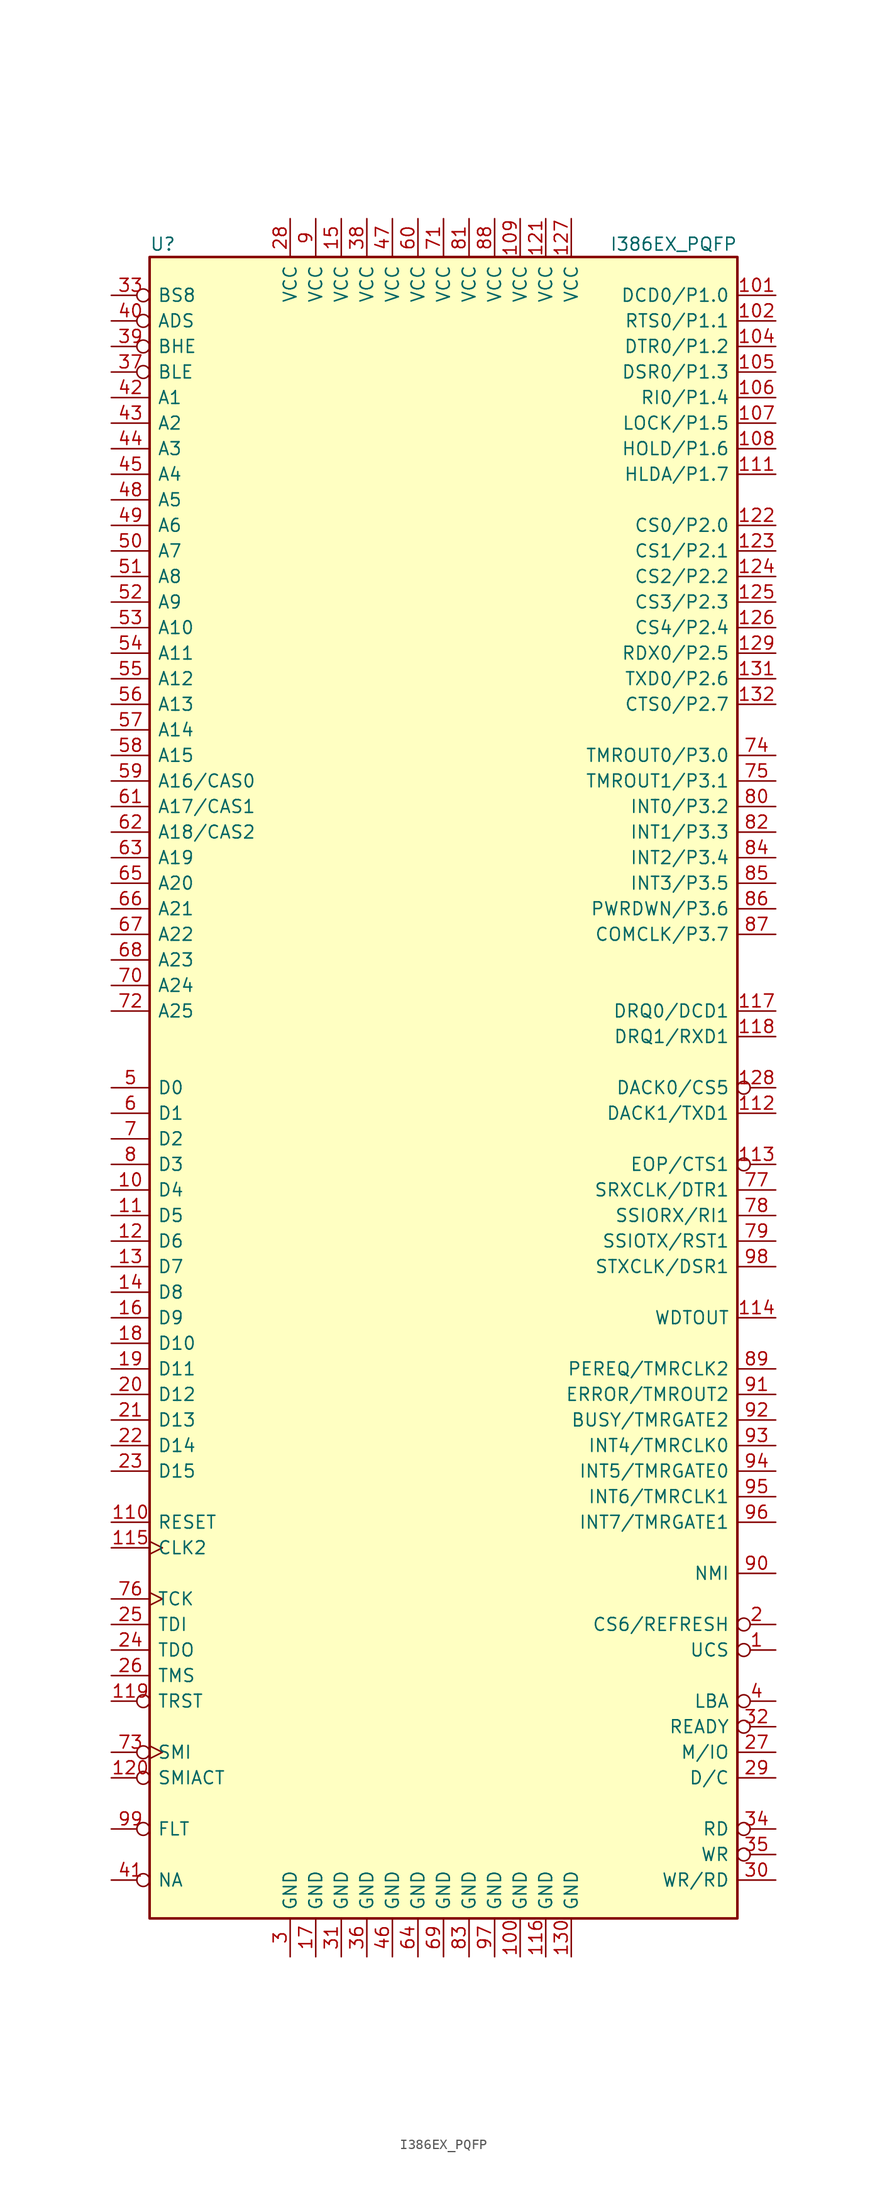
<source format=kicad_sym>
(kicad_symbol_lib
  (version 20201005)
  (generator kicad_symbol_editor)
  (symbol "MCU_Intel:I386EX_PQFP"
    (pin_names
      (offset 0.762))
    (property "Reference" "U"
      (at -29.21 83.82 0)
      (effects (font (size 1.27 1.27)) (justify left)))
    (property "Value" "I386EX_PQFP"
      (at 16.51 83.82 0)
      (effects (font (size 1.27 1.27)) (justify left)))
    (symbol "I386EX_PQFP_1_1"
      (rectangle (start -29.21 -82.55) (end 29.21 82.55) (stroke (width 0.254)) (fill (type background)))
      (pin output inverted (at 33.02 -55.88 180) (length 3.81) (name "UCS" (effects (font (size 1.27 1.27)))) (number "1" (effects (font (size 1.27 1.27)))))
      (pin tri_state line (at -33.02 -10.16 0) (length 3.81) (name "D4" (effects (font (size 1.27 1.27)))) (number "10" (effects (font (size 1.27 1.27)))))
      (pin power_in line (at 7.62 -86.36 90) (length 3.81) (name "GND" (effects (font (size 1.27 1.27)))) (number "100" (effects (font (size 1.27 1.27)))))
      (pin bidirectional line (at 33.02 78.74 180) (length 3.81) (name "DCD0/P1.0" (effects (font (size 1.27 1.27)))) (number "101" (effects (font (size 1.27 1.27)))))
      (pin bidirectional line (at 33.02 76.2 180) (length 3.81) (name "RTS0/P1.1" (effects (font (size 1.27 1.27)))) (number "102" (effects (font (size 1.27 1.27)))))
      (pin bidirectional line (at 33.02 73.66 180) (length 3.81) (name "DTR0/P1.2" (effects (font (size 1.27 1.27)))) (number "104" (effects (font (size 1.27 1.27)))))
      (pin bidirectional line (at 33.02 71.12 180) (length 3.81) (name "DSR0/P1.3" (effects (font (size 1.27 1.27)))) (number "105" (effects (font (size 1.27 1.27)))))
      (pin bidirectional line (at 33.02 68.58 180) (length 3.81) (name "RI0/P1.4" (effects (font (size 1.27 1.27)))) (number "106" (effects (font (size 1.27 1.27)))))
      (pin bidirectional line (at 33.02 66.04 180) (length 3.81) (name "LOCK/P1.5" (effects (font (size 1.27 1.27)))) (number "107" (effects (font (size 1.27 1.27)))))
      (pin bidirectional line (at 33.02 63.5 180) (length 3.81) (name "HOLD/P1.6" (effects (font (size 1.27 1.27)))) (number "108" (effects (font (size 1.27 1.27)))))
      (pin power_in line (at 7.62 86.36 270) (length 3.81) (name "VCC" (effects (font (size 1.27 1.27)))) (number "109" (effects (font (size 1.27 1.27)))))
      (pin tri_state line (at -33.02 -12.7 0) (length 3.81) (name "D5" (effects (font (size 1.27 1.27)))) (number "11" (effects (font (size 1.27 1.27)))))
      (pin input line (at -33.02 -43.18 0) (length 3.81) (name "RESET" (effects (font (size 1.27 1.27)))) (number "110" (effects (font (size 1.27 1.27)))))
      (pin bidirectional line (at 33.02 60.96 180) (length 3.81) (name "HLDA/P1.7" (effects (font (size 1.27 1.27)))) (number "111" (effects (font (size 1.27 1.27)))))
      (pin output line (at 33.02 -2.54 180) (length 3.81) (name "DACK1/TXD1" (effects (font (size 1.27 1.27)))) (number "112" (effects (font (size 1.27 1.27)))))
      (pin bidirectional inverted (at 33.02 -7.62 180) (length 3.81) (name "EOP/CTS1" (effects (font (size 1.27 1.27)))) (number "113" (effects (font (size 1.27 1.27)))))
      (pin output line (at 33.02 -22.86 180) (length 3.81) (name "WDTOUT" (effects (font (size 1.27 1.27)))) (number "114" (effects (font (size 1.27 1.27)))))
      (pin input clock (at -33.02 -45.72 0) (length 3.81) (name "CLK2" (effects (font (size 1.27 1.27)))) (number "115" (effects (font (size 1.27 1.27)))))
      (pin power_in line (at 10.16 -86.36 90) (length 3.81) (name "GND" (effects (font (size 1.27 1.27)))) (number "116" (effects (font (size 1.27 1.27)))))
      (pin input line (at 33.02 7.62 180) (length 3.81) (name "DRQ0/DCD1" (effects (font (size 1.27 1.27)))) (number "117" (effects (font (size 1.27 1.27)))))
      (pin input line (at 33.02 5.08 180) (length 3.81) (name "DRQ1/RXD1" (effects (font (size 1.27 1.27)))) (number "118" (effects (font (size 1.27 1.27)))))
      (pin input inverted (at -33.02 -60.96 0) (length 3.81) (name "TRST" (effects (font (size 1.27 1.27)))) (number "119" (effects (font (size 1.27 1.27)))))
      (pin tri_state line (at -33.02 -15.24 0) (length 3.81) (name "D6" (effects (font (size 1.27 1.27)))) (number "12" (effects (font (size 1.27 1.27)))))
      (pin output inverted (at -33.02 -68.58 0) (length 3.81) (name "SMIACT" (effects (font (size 1.27 1.27)))) (number "120" (effects (font (size 1.27 1.27)))))
      (pin power_in line (at 10.16 86.36 270) (length 3.81) (name "VCC" (effects (font (size 1.27 1.27)))) (number "121" (effects (font (size 1.27 1.27)))))
      (pin bidirectional line (at 33.02 55.88 180) (length 3.81) (name "CS0/P2.0" (effects (font (size 1.27 1.27)))) (number "122" (effects (font (size 1.27 1.27)))))
      (pin bidirectional line (at 33.02 53.34 180) (length 3.81) (name "CS1/P2.1" (effects (font (size 1.27 1.27)))) (number "123" (effects (font (size 1.27 1.27)))))
      (pin bidirectional line (at 33.02 50.8 180) (length 3.81) (name "CS2/P2.2" (effects (font (size 1.27 1.27)))) (number "124" (effects (font (size 1.27 1.27)))))
      (pin bidirectional line (at 33.02 48.26 180) (length 3.81) (name "CS3/P2.3" (effects (font (size 1.27 1.27)))) (number "125" (effects (font (size 1.27 1.27)))))
      (pin bidirectional line (at 33.02 45.72 180) (length 3.81) (name "CS4/P2.4" (effects (font (size 1.27 1.27)))) (number "126" (effects (font (size 1.27 1.27)))))
      (pin power_in line (at 12.7 86.36 270) (length 3.81) (name "VCC" (effects (font (size 1.27 1.27)))) (number "127" (effects (font (size 1.27 1.27)))))
      (pin output inverted (at 33.02 0 180) (length 3.81) (name "DACK0/CS5" (effects (font (size 1.27 1.27)))) (number "128" (effects (font (size 1.27 1.27)))))
      (pin bidirectional line (at 33.02 43.18 180) (length 3.81) (name "RDX0/P2.5" (effects (font (size 1.27 1.27)))) (number "129" (effects (font (size 1.27 1.27)))))
      (pin tri_state line (at -33.02 -17.78 0) (length 3.81) (name "D7" (effects (font (size 1.27 1.27)))) (number "13" (effects (font (size 1.27 1.27)))))
      (pin power_in line (at 12.7 -86.36 90) (length 3.81) (name "GND" (effects (font (size 1.27 1.27)))) (number "130" (effects (font (size 1.27 1.27)))))
      (pin bidirectional line (at 33.02 40.64 180) (length 3.81) (name "TXD0/P2.6" (effects (font (size 1.27 1.27)))) (number "131" (effects (font (size 1.27 1.27)))))
      (pin bidirectional line (at 33.02 38.1 180) (length 3.81) (name "CTS0/P2.7" (effects (font (size 1.27 1.27)))) (number "132" (effects (font (size 1.27 1.27)))))
      (pin tri_state line (at -33.02 -20.32 0) (length 3.81) (name "D8" (effects (font (size 1.27 1.27)))) (number "14" (effects (font (size 1.27 1.27)))))
      (pin power_in line (at -10.16 86.36 270) (length 3.81) (name "VCC" (effects (font (size 1.27 1.27)))) (number "15" (effects (font (size 1.27 1.27)))))
      (pin tri_state line (at -33.02 -22.86 0) (length 3.81) (name "D9" (effects (font (size 1.27 1.27)))) (number "16" (effects (font (size 1.27 1.27)))))
      (pin power_in line (at -12.7 -86.36 90) (length 3.81) (name "GND" (effects (font (size 1.27 1.27)))) (number "17" (effects (font (size 1.27 1.27)))))
      (pin tri_state line (at -33.02 -25.4 0) (length 3.81) (name "D10" (effects (font (size 1.27 1.27)))) (number "18" (effects (font (size 1.27 1.27)))))
      (pin tri_state line (at -33.02 -27.94 0) (length 3.81) (name "D11" (effects (font (size 1.27 1.27)))) (number "19" (effects (font (size 1.27 1.27)))))
      (pin output inverted (at 33.02 -53.34 180) (length 3.81) (name "CS6/REFRESH" (effects (font (size 1.27 1.27)))) (number "2" (effects (font (size 1.27 1.27)))))
      (pin tri_state line (at -33.02 -30.48 0) (length 3.81) (name "D12" (effects (font (size 1.27 1.27)))) (number "20" (effects (font (size 1.27 1.27)))))
      (pin tri_state line (at -33.02 -33.02 0) (length 3.81) (name "D13" (effects (font (size 1.27 1.27)))) (number "21" (effects (font (size 1.27 1.27)))))
      (pin tri_state line (at -33.02 -35.56 0) (length 3.81) (name "D14" (effects (font (size 1.27 1.27)))) (number "22" (effects (font (size 1.27 1.27)))))
      (pin tri_state line (at -33.02 -38.1 0) (length 3.81) (name "D15" (effects (font (size 1.27 1.27)))) (number "23" (effects (font (size 1.27 1.27)))))
      (pin output line (at -33.02 -55.88 0) (length 3.81) (name "TDO" (effects (font (size 1.27 1.27)))) (number "24" (effects (font (size 1.27 1.27)))))
      (pin input line (at -33.02 -53.34 0) (length 3.81) (name "TDI" (effects (font (size 1.27 1.27)))) (number "25" (effects (font (size 1.27 1.27)))))
      (pin input line (at -33.02 -58.42 0) (length 3.81) (name "TMS" (effects (font (size 1.27 1.27)))) (number "26" (effects (font (size 1.27 1.27)))))
      (pin output line (at 33.02 -66.04 180) (length 3.81) (name "M/IO" (effects (font (size 1.27 1.27)))) (number "27" (effects (font (size 1.27 1.27)))))
      (pin power_in line (at -15.24 86.36 270) (length 3.81) (name "VCC" (effects (font (size 1.27 1.27)))) (number "28" (effects (font (size 1.27 1.27)))))
      (pin output line (at 33.02 -68.58 180) (length 3.81) (name "D/C" (effects (font (size 1.27 1.27)))) (number "29" (effects (font (size 1.27 1.27)))))
      (pin power_in line (at -15.24 -86.36 90) (length 3.81) (name "GND" (effects (font (size 1.27 1.27)))) (number "3" (effects (font (size 1.27 1.27)))))
      (pin output line (at 33.02 -78.74 180) (length 3.81) (name "WR/RD" (effects (font (size 1.27 1.27)))) (number "30" (effects (font (size 1.27 1.27)))))
      (pin power_in line (at -10.16 -86.36 90) (length 3.81) (name "GND" (effects (font (size 1.27 1.27)))) (number "31" (effects (font (size 1.27 1.27)))))
      (pin bidirectional inverted (at 33.02 -63.5 180) (length 3.81) (name "READY" (effects (font (size 1.27 1.27)))) (number "32" (effects (font (size 1.27 1.27)))))
      (pin input inverted (at -33.02 78.74 0) (length 3.81) (name "BS8" (effects (font (size 1.27 1.27)))) (number "33" (effects (font (size 1.27 1.27)))))
      (pin output inverted (at 33.02 -73.66 180) (length 3.81) (name "RD" (effects (font (size 1.27 1.27)))) (number "34" (effects (font (size 1.27 1.27)))))
      (pin output inverted (at 33.02 -76.2 180) (length 3.81) (name "WR" (effects (font (size 1.27 1.27)))) (number "35" (effects (font (size 1.27 1.27)))))
      (pin power_in line (at -7.62 -86.36 90) (length 3.81) (name "GND" (effects (font (size 1.27 1.27)))) (number "36" (effects (font (size 1.27 1.27)))))
      (pin output inverted (at -33.02 71.12 0) (length 3.81) (name "BLE" (effects (font (size 1.27 1.27)))) (number "37" (effects (font (size 1.27 1.27)))))
      (pin power_in line (at -7.62 86.36 270) (length 3.81) (name "VCC" (effects (font (size 1.27 1.27)))) (number "38" (effects (font (size 1.27 1.27)))))
      (pin output inverted (at -33.02 73.66 0) (length 3.81) (name "BHE" (effects (font (size 1.27 1.27)))) (number "39" (effects (font (size 1.27 1.27)))))
      (pin output inverted (at 33.02 -60.96 180) (length 3.81) (name "LBA" (effects (font (size 1.27 1.27)))) (number "4" (effects (font (size 1.27 1.27)))))
      (pin output inverted (at -33.02 76.2 0) (length 3.81) (name "ADS" (effects (font (size 1.27 1.27)))) (number "40" (effects (font (size 1.27 1.27)))))
      (pin input inverted (at -33.02 -78.74 0) (length 3.81) (name "NA" (effects (font (size 1.27 1.27)))) (number "41" (effects (font (size 1.27 1.27)))))
      (pin tri_state line (at -33.02 68.58 0) (length 3.81) (name "A1" (effects (font (size 1.27 1.27)))) (number "42" (effects (font (size 1.27 1.27)))))
      (pin tri_state line (at -33.02 66.04 0) (length 3.81) (name "A2" (effects (font (size 1.27 1.27)))) (number "43" (effects (font (size 1.27 1.27)))))
      (pin tri_state line (at -33.02 63.5 0) (length 3.81) (name "A3" (effects (font (size 1.27 1.27)))) (number "44" (effects (font (size 1.27 1.27)))))
      (pin tri_state line (at -33.02 60.96 0) (length 3.81) (name "A4" (effects (font (size 1.27 1.27)))) (number "45" (effects (font (size 1.27 1.27)))))
      (pin power_in line (at -5.08 -86.36 90) (length 3.81) (name "GND" (effects (font (size 1.27 1.27)))) (number "46" (effects (font (size 1.27 1.27)))))
      (pin power_in line (at -5.08 86.36 270) (length 3.81) (name "VCC" (effects (font (size 1.27 1.27)))) (number "47" (effects (font (size 1.27 1.27)))))
      (pin tri_state line (at -33.02 58.42 0) (length 3.81) (name "A5" (effects (font (size 1.27 1.27)))) (number "48" (effects (font (size 1.27 1.27)))))
      (pin tri_state line (at -33.02 55.88 0) (length 3.81) (name "A6" (effects (font (size 1.27 1.27)))) (number "49" (effects (font (size 1.27 1.27)))))
      (pin tri_state line (at -33.02 0 0) (length 3.81) (name "D0" (effects (font (size 1.27 1.27)))) (number "5" (effects (font (size 1.27 1.27)))))
      (pin tri_state line (at -33.02 53.34 0) (length 3.81) (name "A7" (effects (font (size 1.27 1.27)))) (number "50" (effects (font (size 1.27 1.27)))))
      (pin tri_state line (at -33.02 50.8 0) (length 3.81) (name "A8" (effects (font (size 1.27 1.27)))) (number "51" (effects (font (size 1.27 1.27)))))
      (pin tri_state line (at -33.02 48.26 0) (length 3.81) (name "A9" (effects (font (size 1.27 1.27)))) (number "52" (effects (font (size 1.27 1.27)))))
      (pin tri_state line (at -33.02 45.72 0) (length 3.81) (name "A10" (effects (font (size 1.27 1.27)))) (number "53" (effects (font (size 1.27 1.27)))))
      (pin tri_state line (at -33.02 43.18 0) (length 3.81) (name "A11" (effects (font (size 1.27 1.27)))) (number "54" (effects (font (size 1.27 1.27)))))
      (pin tri_state line (at -33.02 40.64 0) (length 3.81) (name "A12" (effects (font (size 1.27 1.27)))) (number "55" (effects (font (size 1.27 1.27)))))
      (pin tri_state line (at -33.02 38.1 0) (length 3.81) (name "A13" (effects (font (size 1.27 1.27)))) (number "56" (effects (font (size 1.27 1.27)))))
      (pin tri_state line (at -33.02 35.56 0) (length 3.81) (name "A14" (effects (font (size 1.27 1.27)))) (number "57" (effects (font (size 1.27 1.27)))))
      (pin tri_state line (at -33.02 33.02 0) (length 3.81) (name "A15" (effects (font (size 1.27 1.27)))) (number "58" (effects (font (size 1.27 1.27)))))
      (pin tri_state line (at -33.02 30.48 0) (length 3.81) (name "A16/CAS0" (effects (font (size 1.27 1.27)))) (number "59" (effects (font (size 1.27 1.27)))))
      (pin tri_state line (at -33.02 -2.54 0) (length 3.81) (name "D1" (effects (font (size 1.27 1.27)))) (number "6" (effects (font (size 1.27 1.27)))))
      (pin power_in line (at -2.54 86.36 270) (length 3.81) (name "VCC" (effects (font (size 1.27 1.27)))) (number "60" (effects (font (size 1.27 1.27)))))
      (pin tri_state line (at -33.02 27.94 0) (length 3.81) (name "A17/CAS1" (effects (font (size 1.27 1.27)))) (number "61" (effects (font (size 1.27 1.27)))))
      (pin tri_state line (at -33.02 25.4 0) (length 3.81) (name "A18/CAS2" (effects (font (size 1.27 1.27)))) (number "62" (effects (font (size 1.27 1.27)))))
      (pin tri_state line (at -33.02 22.86 0) (length 3.81) (name "A19" (effects (font (size 1.27 1.27)))) (number "63" (effects (font (size 1.27 1.27)))))
      (pin power_in line (at -2.54 -86.36 90) (length 3.81) (name "GND" (effects (font (size 1.27 1.27)))) (number "64" (effects (font (size 1.27 1.27)))))
      (pin tri_state line (at -33.02 20.32 0) (length 3.81) (name "A20" (effects (font (size 1.27 1.27)))) (number "65" (effects (font (size 1.27 1.27)))))
      (pin tri_state line (at -33.02 17.78 0) (length 3.81) (name "A21" (effects (font (size 1.27 1.27)))) (number "66" (effects (font (size 1.27 1.27)))))
      (pin tri_state line (at -33.02 15.24 0) (length 3.81) (name "A22" (effects (font (size 1.27 1.27)))) (number "67" (effects (font (size 1.27 1.27)))))
      (pin tri_state line (at -33.02 12.7 0) (length 3.81) (name "A23" (effects (font (size 1.27 1.27)))) (number "68" (effects (font (size 1.27 1.27)))))
      (pin power_in line (at 0 -86.36 90) (length 3.81) (name "GND" (effects (font (size 1.27 1.27)))) (number "69" (effects (font (size 1.27 1.27)))))
      (pin tri_state line (at -33.02 -5.08 0) (length 3.81) (name "D2" (effects (font (size 1.27 1.27)))) (number "7" (effects (font (size 1.27 1.27)))))
      (pin tri_state line (at -33.02 10.16 0) (length 3.81) (name "A24" (effects (font (size 1.27 1.27)))) (number "70" (effects (font (size 1.27 1.27)))))
      (pin power_in line (at 0 86.36 270) (length 3.81) (name "VCC" (effects (font (size 1.27 1.27)))) (number "71" (effects (font (size 1.27 1.27)))))
      (pin tri_state line (at -33.02 7.62 0) (length 3.81) (name "A25" (effects (font (size 1.27 1.27)))) (number "72" (effects (font (size 1.27 1.27)))))
      (pin input inverted_clock (at -33.02 -66.04 0) (length 3.81) (name "SMI" (effects (font (size 1.27 1.27)))) (number "73" (effects (font (size 1.27 1.27)))))
      (pin bidirectional line (at 33.02 33.02 180) (length 3.81) (name "TMROUT0/P3.0" (effects (font (size 1.27 1.27)))) (number "74" (effects (font (size 1.27 1.27)))))
      (pin bidirectional line (at 33.02 30.48 180) (length 3.81) (name "TMROUT1/P3.1" (effects (font (size 1.27 1.27)))) (number "75" (effects (font (size 1.27 1.27)))))
      (pin input clock (at -33.02 -50.8 0) (length 3.81) (name "TCK" (effects (font (size 1.27 1.27)))) (number "76" (effects (font (size 1.27 1.27)))))
      (pin bidirectional line (at 33.02 -10.16 180) (length 3.81) (name "SRXCLK/DTR1" (effects (font (size 1.27 1.27)))) (number "77" (effects (font (size 1.27 1.27)))))
      (pin input line (at 33.02 -12.7 180) (length 3.81) (name "SSIORX/RI1" (effects (font (size 1.27 1.27)))) (number "78" (effects (font (size 1.27 1.27)))))
      (pin bidirectional line (at 33.02 -15.24 180) (length 3.81) (name "SSIOTX/RST1" (effects (font (size 1.27 1.27)))) (number "79" (effects (font (size 1.27 1.27)))))
      (pin tri_state line (at -33.02 -7.62 0) (length 3.81) (name "D3" (effects (font (size 1.27 1.27)))) (number "8" (effects (font (size 1.27 1.27)))))
      (pin bidirectional line (at 33.02 27.94 180) (length 3.81) (name "INT0/P3.2" (effects (font (size 1.27 1.27)))) (number "80" (effects (font (size 1.27 1.27)))))
      (pin power_in line (at 2.54 86.36 270) (length 3.81) (name "VCC" (effects (font (size 1.27 1.27)))) (number "81" (effects (font (size 1.27 1.27)))))
      (pin bidirectional line (at 33.02 25.4 180) (length 3.81) (name "INT1/P3.3" (effects (font (size 1.27 1.27)))) (number "82" (effects (font (size 1.27 1.27)))))
      (pin power_in line (at 2.54 -86.36 90) (length 3.81) (name "GND" (effects (font (size 1.27 1.27)))) (number "83" (effects (font (size 1.27 1.27)))))
      (pin bidirectional line (at 33.02 22.86 180) (length 3.81) (name "INT2/P3.4" (effects (font (size 1.27 1.27)))) (number "84" (effects (font (size 1.27 1.27)))))
      (pin bidirectional line (at 33.02 20.32 180) (length 3.81) (name "INT3/P3.5" (effects (font (size 1.27 1.27)))) (number "85" (effects (font (size 1.27 1.27)))))
      (pin bidirectional line (at 33.02 17.78 180) (length 3.81) (name "PWRDWN/P3.6" (effects (font (size 1.27 1.27)))) (number "86" (effects (font (size 1.27 1.27)))))
      (pin bidirectional line (at 33.02 15.24 180) (length 3.81) (name "COMCLK/P3.7" (effects (font (size 1.27 1.27)))) (number "87" (effects (font (size 1.27 1.27)))))
      (pin power_in line (at 5.08 86.36 270) (length 3.81) (name "VCC" (effects (font (size 1.27 1.27)))) (number "88" (effects (font (size 1.27 1.27)))))
      (pin input line (at 33.02 -27.94 180) (length 3.81) (name "PEREQ/TMRCLK2" (effects (font (size 1.27 1.27)))) (number "89" (effects (font (size 1.27 1.27)))))
      (pin power_in line (at -12.7 86.36 270) (length 3.81) (name "VCC" (effects (font (size 1.27 1.27)))) (number "9" (effects (font (size 1.27 1.27)))))
      (pin input line (at 33.02 -48.26 180) (length 3.81) (name "NMI" (effects (font (size 1.27 1.27)))) (number "90" (effects (font (size 1.27 1.27)))))
      (pin bidirectional line (at 33.02 -30.48 180) (length 3.81) (name "ERROR/TMROUT2" (effects (font (size 1.27 1.27)))) (number "91" (effects (font (size 1.27 1.27)))))
      (pin input line (at 33.02 -33.02 180) (length 3.81) (name "BUSY/TMRGATE2" (effects (font (size 1.27 1.27)))) (number "92" (effects (font (size 1.27 1.27)))))
      (pin input line (at 33.02 -35.56 180) (length 3.81) (name "INT4/TMRCLK0" (effects (font (size 1.27 1.27)))) (number "93" (effects (font (size 1.27 1.27)))))
      (pin input line (at 33.02 -38.1 180) (length 3.81) (name "INT5/TMRGATE0" (effects (font (size 1.27 1.27)))) (number "94" (effects (font (size 1.27 1.27)))))
      (pin input line (at 33.02 -40.64 180) (length 3.81) (name "INT6/TMRCLK1" (effects (font (size 1.27 1.27)))) (number "95" (effects (font (size 1.27 1.27)))))
      (pin input line (at 33.02 -43.18 180) (length 3.81) (name "INT7/TMRGATE1" (effects (font (size 1.27 1.27)))) (number "96" (effects (font (size 1.27 1.27)))))
      (pin power_in line (at 5.08 -86.36 90) (length 3.81) (name "GND" (effects (font (size 1.27 1.27)))) (number "97" (effects (font (size 1.27 1.27)))))
      (pin bidirectional line (at 33.02 -17.78 180) (length 3.81) (name "STXCLK/DSR1" (effects (font (size 1.27 1.27)))) (number "98" (effects (font (size 1.27 1.27)))))
      (pin input inverted (at -33.02 -73.66 0) (length 3.81) (name "FLT" (effects (font (size 1.27 1.27)))) (number "99" (effects (font (size 1.27 1.27))))))))
</source>
